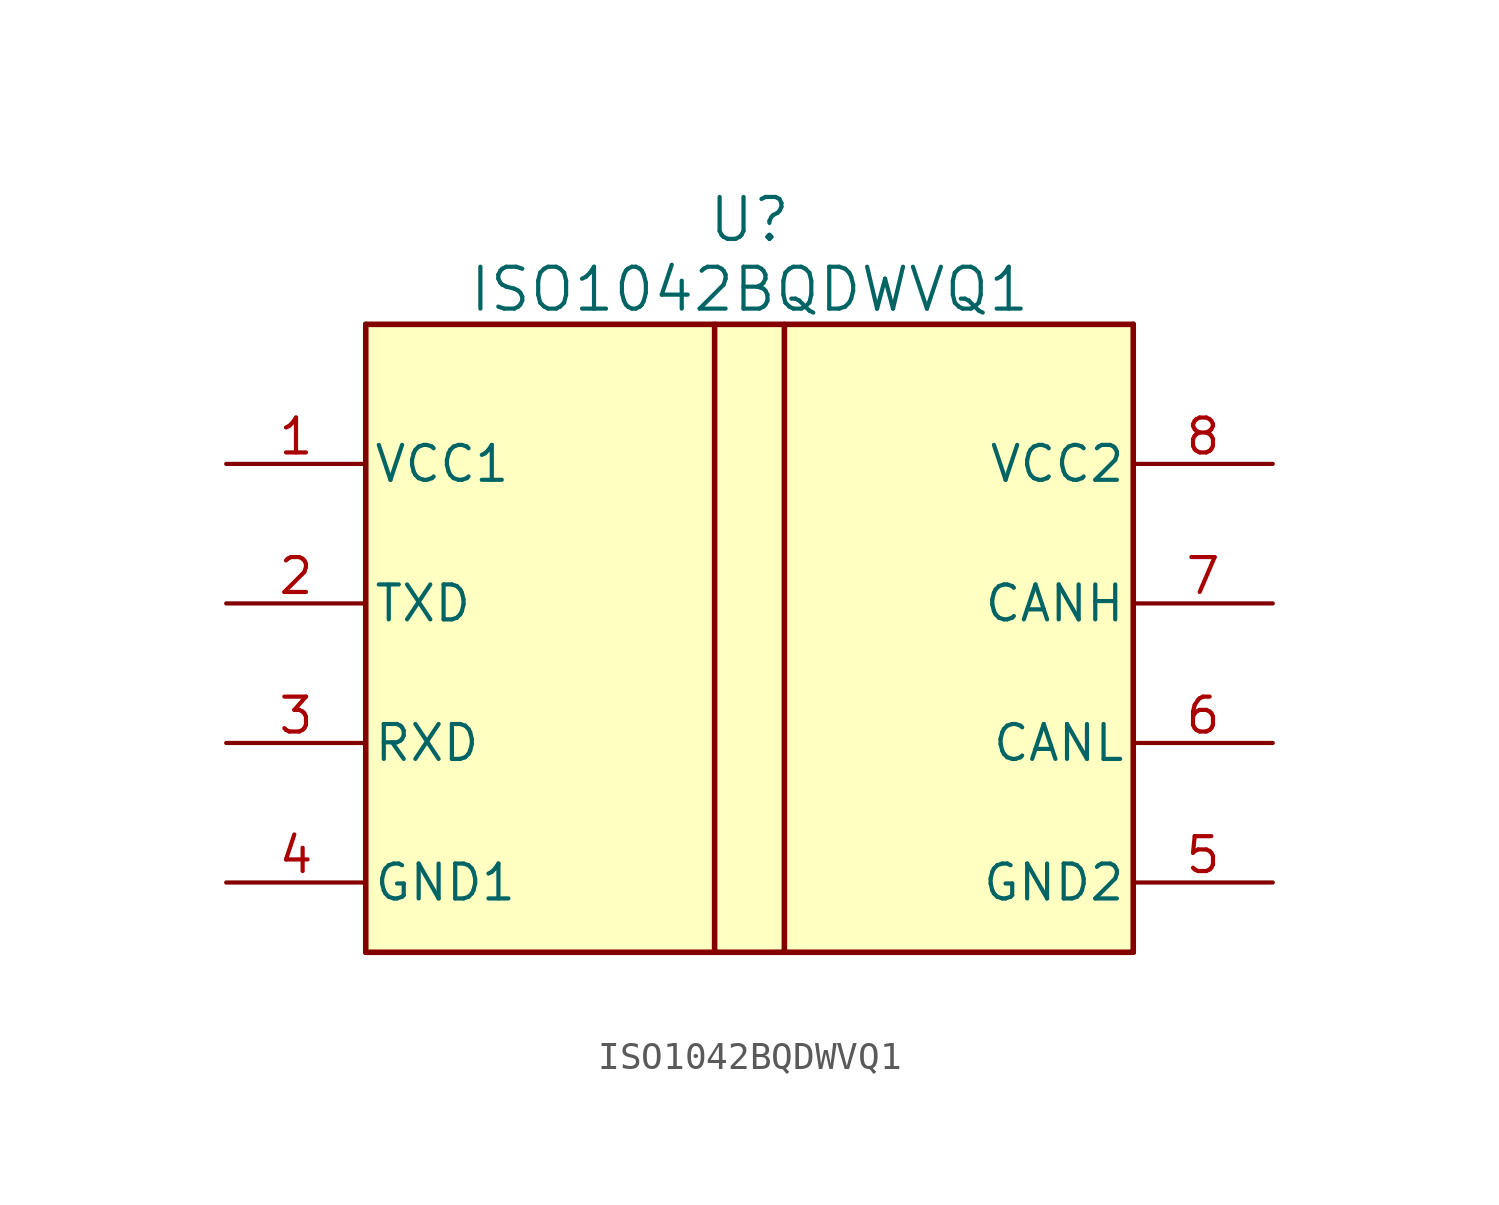
<source format=kicad_sym>
(kicad_symbol_lib
  (version 20220914)
  (generator kicad_symbol_editor)
  (symbol "ISO1042BQDWVQ1"
    (pin_names
      (offset 0.254))
    (property "Reference" "U"
      (at 0 15.24 0)
      (effects (font (size 1.524 1.524))))
    (property "Value" "ISO1042BQDWVQ1"
      (at 0 12.7 0)
      (effects (font (size 1.524 1.524))))
    (property "ki_locked" ""
      (at 0 0 0)
      (effects (font (size 1.27 1.27))))
    (symbol "ISO1042BQDWVQ1_0_1"
      (polyline (pts (xy -13.97 -11.43) (xy 13.97 -11.43)) (stroke (width 0.203) (type default)) (fill (type none)))
      (polyline (pts (xy -13.97 11.43) (xy -13.97 -11.43)) (stroke (width 0.203) (type default)) (fill (type none)))
      (polyline (pts (xy -1.27 11.43) (xy -1.27 -11.43)) (stroke (width 0.203) (type default)) (fill (type none)))
      (polyline (pts (xy 1.27 11.43) (xy 1.27 -11.43)) (stroke (width 0.203) (type default)) (fill (type none)))
      (polyline (pts (xy 13.97 -11.43) (xy 13.97 11.43)) (stroke (width 0.203) (type default)) (fill (type none)))
      (polyline (pts (xy 13.97 11.43) (xy -13.97 11.43)) (stroke (width 0.203) (type default)) (fill (type none)))
      (pin power_in line (at -19.05 6.35 0) (length 5.08) (name "VCC1" (effects (font (size 1.27 1.27)))) (number "1" (effects (font (size 1.27 1.27)))))
      (pin input line (at -19.05 1.27 0) (length 5.08) (name "TXD" (effects (font (size 1.27 1.27)))) (number "2" (effects (font (size 1.27 1.27)))))
      (pin output line (at -19.05 -3.81 0) (length 5.08) (name "RXD" (effects (font (size 1.27 1.27)))) (number "3" (effects (font (size 1.27 1.27)))))
      (pin power_in line (at -19.05 -8.89 0) (length 5.08) (name "GND1" (effects (font (size 1.27 1.27)))) (number "4" (effects (font (size 1.27 1.27)))))
      (pin power_in line (at 19.05 -8.89 180) (length 5.08) (name "GND2" (effects (font (size 1.27 1.27)))) (number "5" (effects (font (size 1.27 1.27)))))
      (pin bidirectional line (at 19.05 -3.81 180) (length 5.08) (name "CANL" (effects (font (size 1.27 1.27)))) (number "6" (effects (font (size 1.27 1.27)))))
      (pin bidirectional line (at 19.05 1.27 180) (length 5.08) (name "CANH" (effects (font (size 1.27 1.27)))) (number "7" (effects (font (size 1.27 1.27)))))
      (pin power_in line (at 19.05 6.35 180) (length 5.08) (name "VCC2" (effects (font (size 1.27 1.27)))) (number "8" (effects (font (size 1.27 1.27))))))
    (symbol "ISO1042BQDWVQ1_1_1"
      (rectangle (start -13.97 11.43) (end 13.97 -11.43) (stroke (width 0) (type default)) (fill (type background))))))
</source>
